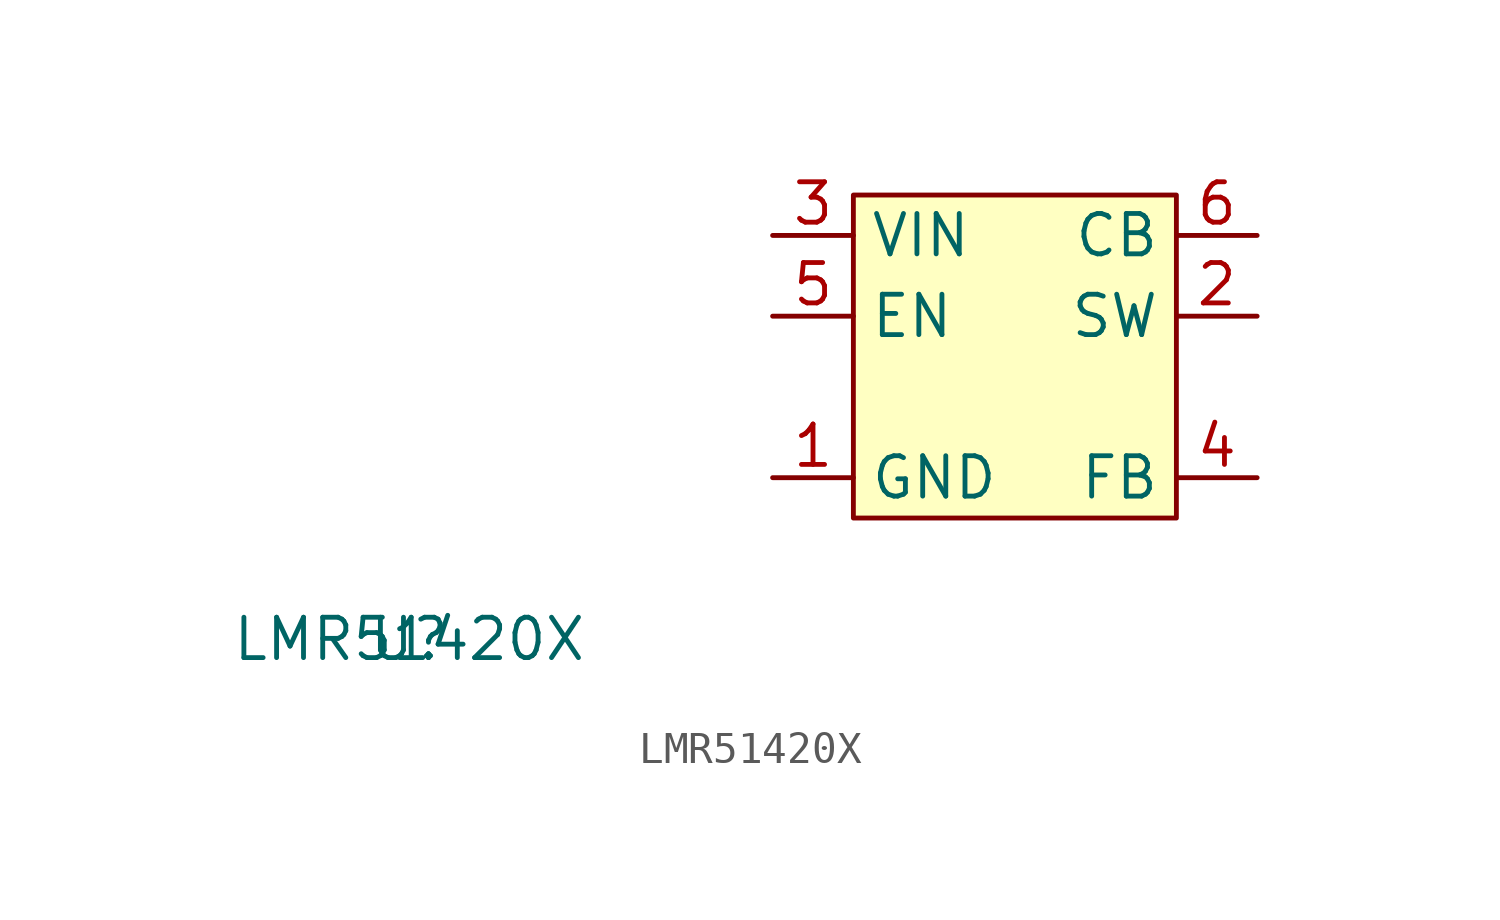
<source format=kicad_sym>
(kicad_symbol_lib
  (version 20241209)
  (generator "kicad_symbol_editor")
  (generator_version "9.0")
  (symbol "LMR51420X"
    (property "Reference" "U"
      (at 0 0 0)
      (effects (font (size 1.27 1.27))))
    (property "Value" "LMR51420X"
      (at 0 0 0)
      (effects (font (size 1.27 1.27))))
    (symbol "LMR51420X_0_0"
      (pin unspecified line (at 11.43 12.7 0) (length 2.54) (name "VIN" (effects (font (size 1.27 1.27)))) (number "3" (effects (font (size 1.27 1.27)))))
      (pin unspecified line (at 11.43 10.16 0) (length 2.54) (name "EN" (effects (font (size 1.27 1.27)))) (number "5" (effects (font (size 1.27 1.27)))))
      (pin unspecified line (at 11.43 5.08 0) (length 2.54) (name "GND" (effects (font (size 1.27 1.27)))) (number "1" (effects (font (size 1.27 1.27)))))
      (pin unspecified line (at 26.67 12.7 180) (length 2.54) (name "CB" (effects (font (size 1.27 1.27)))) (number "6" (effects (font (size 1.27 1.27)))))
      (pin unspecified line (at 26.67 10.16 180) (length 2.54) (name "SW" (effects (font (size 1.27 1.27)))) (number "2" (effects (font (size 1.27 1.27)))))
      (pin unspecified line (at 26.67 5.08 180) (length 2.54) (name "FB" (effects (font (size 1.27 1.27)))) (number "4" (effects (font (size 1.27 1.27))))))
    (symbol "LMR51420X_1_1"
      (rectangle (start 13.97 13.97) (end 24.13 3.81) (stroke (width 0) (type solid)) (fill (type background))))))
</source>
